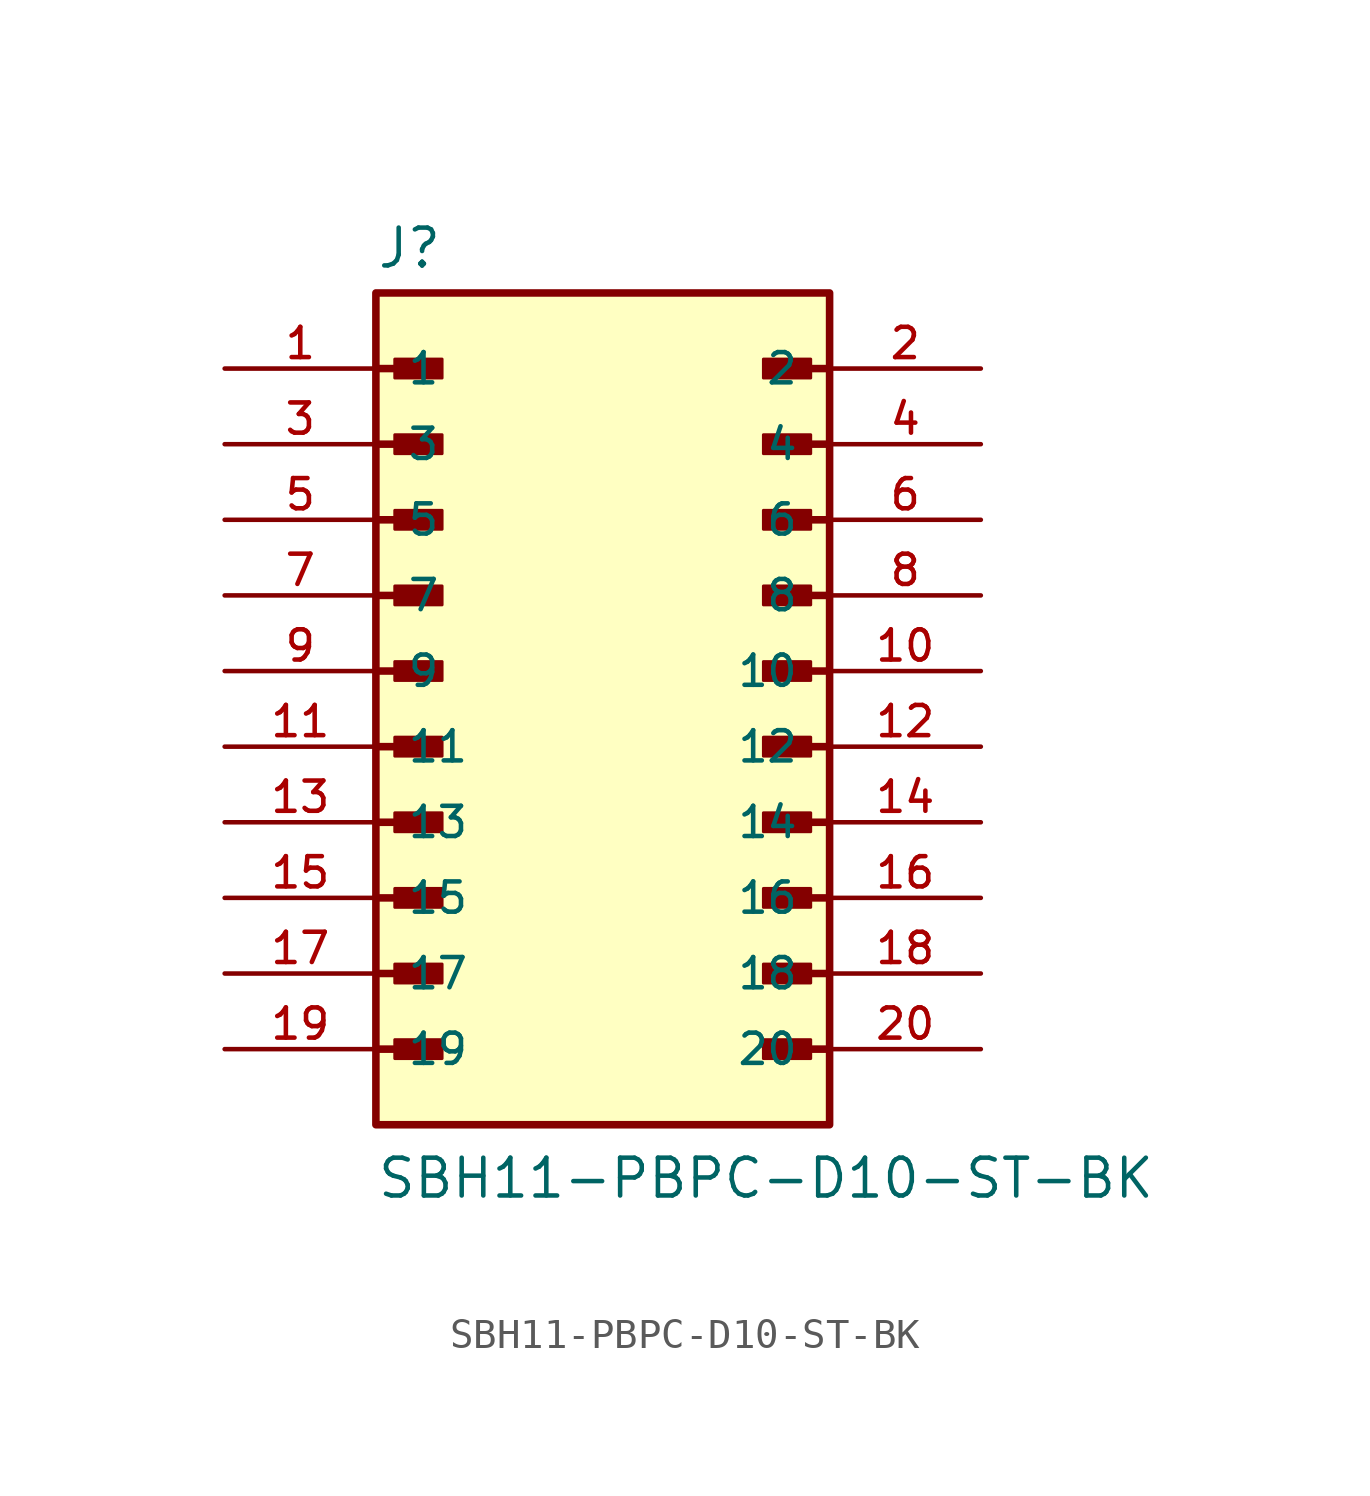
<source format=kicad_sym>
(kicad_symbol_lib
  (version 20211014)
  (generator kicad_symbol_editor)
  (symbol "SBH11-PBPC-D10-ST-BK"
    (pin_names
      (offset 1.016))
    (property "Reference" "J"
      (at -7.62 16.002 0)
      (effects (font (size 1.27 1.27)) (justify bottom left)))
    (property "Value" "SBH11-PBPC-D10-ST-BK"
      (at -7.62 -15.24 0)
      (effects (font (size 1.27 1.27)) (justify bottom left)))
    (symbol "SBH11-PBPC-D10-ST-BK_0_0"
      (polyline (pts (xy -7.62 12.7) (xy -5.715 12.7)) (stroke (width 0.254)))
      (rectangle (start -6.985 12.383) (end -5.397 13.018) (stroke (width 0.1)) (fill (type outline)))
      (polyline (pts (xy -7.62 10.16) (xy -5.715 10.16)) (stroke (width 0.254)))
      (rectangle (start -6.985 9.842) (end -5.397 10.477) (stroke (width 0.1)) (fill (type outline)))
      (polyline (pts (xy -7.62 7.62) (xy -5.715 7.62)) (stroke (width 0.254)))
      (rectangle (start -6.985 7.303) (end -5.397 7.938) (stroke (width 0.1)) (fill (type outline)))
      (polyline (pts (xy -7.62 5.08) (xy -5.715 5.08)) (stroke (width 0.254)))
      (rectangle (start -6.985 4.763) (end -5.397 5.397) (stroke (width 0.1)) (fill (type outline)))
      (polyline (pts (xy -7.62 2.54) (xy -5.715 2.54)) (stroke (width 0.254)))
      (rectangle (start -6.985 2.223) (end -5.397 2.857) (stroke (width 0.1)) (fill (type outline)))
      (polyline (pts (xy -7.62 0.0) (xy -5.715 0.0)) (stroke (width 0.254)))
      (rectangle (start -6.985 -0.318) (end -5.397 0.318) (stroke (width 0.1)) (fill (type outline)))
      (polyline (pts (xy -7.62 -2.54) (xy -5.715 -2.54)) (stroke (width 0.254)))
      (rectangle (start -6.985 -2.857) (end -5.397 -2.223) (stroke (width 0.1)) (fill (type outline)))
      (polyline (pts (xy -7.62 -5.08) (xy -5.715 -5.08)) (stroke (width 0.254)))
      (rectangle (start -6.985 -5.397) (end -5.397 -4.763) (stroke (width 0.1)) (fill (type outline)))
      (polyline (pts (xy -7.62 -7.62) (xy -5.715 -7.62)) (stroke (width 0.254)))
      (rectangle (start -6.985 -7.938) (end -5.397 -7.303) (stroke (width 0.1)) (fill (type outline)))
      (polyline (pts (xy -7.62 -10.16) (xy -5.715 -10.16)) (stroke (width 0.254)))
      (rectangle (start -6.985 -10.477) (end -5.397 -9.842) (stroke (width 0.1)) (fill (type outline)))
      (polyline (pts (xy 7.62 -10.16) (xy 5.715 -10.16)) (stroke (width 0.254)))
      (rectangle (start 5.397 -10.477) (end 6.985 -9.842) (stroke (width 0.1)) (fill (type outline)))
      (polyline (pts (xy 7.62 -7.62) (xy 5.715 -7.62)) (stroke (width 0.254)))
      (rectangle (start 5.397 -7.938) (end 6.985 -7.303) (stroke (width 0.1)) (fill (type outline)))
      (polyline (pts (xy 7.62 -5.08) (xy 5.715 -5.08)) (stroke (width 0.254)))
      (rectangle (start 5.397 -5.397) (end 6.985 -4.763) (stroke (width 0.1)) (fill (type outline)))
      (polyline (pts (xy 7.62 -2.54) (xy 5.715 -2.54)) (stroke (width 0.254)))
      (rectangle (start 5.397 -2.857) (end 6.985 -2.223) (stroke (width 0.1)) (fill (type outline)))
      (polyline (pts (xy 7.62 0.0) (xy 5.715 0.0)) (stroke (width 0.254)))
      (rectangle (start 5.397 -0.318) (end 6.985 0.318) (stroke (width 0.1)) (fill (type outline)))
      (polyline (pts (xy 7.62 2.54) (xy 5.715 2.54)) (stroke (width 0.254)))
      (rectangle (start 5.397 2.223) (end 6.985 2.857) (stroke (width 0.1)) (fill (type outline)))
      (polyline (pts (xy 7.62 5.08) (xy 5.715 5.08)) (stroke (width 0.254)))
      (rectangle (start 5.397 4.763) (end 6.985 5.397) (stroke (width 0.1)) (fill (type outline)))
      (polyline (pts (xy 7.62 7.62) (xy 5.715 7.62)) (stroke (width 0.254)))
      (rectangle (start 5.397 7.303) (end 6.985 7.938) (stroke (width 0.1)) (fill (type outline)))
      (polyline (pts (xy 7.62 10.16) (xy 5.715 10.16)) (stroke (width 0.254)))
      (rectangle (start 5.397 9.842) (end 6.985 10.477) (stroke (width 0.1)) (fill (type outline)))
      (polyline (pts (xy 7.62 12.7) (xy 5.715 12.7)) (stroke (width 0.254)))
      (rectangle (start 5.397 12.383) (end 6.985 13.018) (stroke (width 0.1)) (fill (type outline)))
      (rectangle (start -7.62 -12.7) (end 7.62 15.24) (stroke (width 0.254)) (fill (type background)))
      (pin passive line (at -12.7 12.7 0) (length 5.08) (name "1" (effects (font (size 1.016 1.016)))) (number "1" (effects (font (size 1.016 1.016)))))
      (pin passive line (at 12.7 12.7 180.0) (length 5.08) (name "2" (effects (font (size 1.016 1.016)))) (number "2" (effects (font (size 1.016 1.016)))))
      (pin passive line (at -12.7 10.16 0) (length 5.08) (name "3" (effects (font (size 1.016 1.016)))) (number "3" (effects (font (size 1.016 1.016)))))
      (pin passive line (at 12.7 10.16 180.0) (length 5.08) (name "4" (effects (font (size 1.016 1.016)))) (number "4" (effects (font (size 1.016 1.016)))))
      (pin passive line (at -12.7 7.62 0) (length 5.08) (name "5" (effects (font (size 1.016 1.016)))) (number "5" (effects (font (size 1.016 1.016)))))
      (pin passive line (at 12.7 7.62 180.0) (length 5.08) (name "6" (effects (font (size 1.016 1.016)))) (number "6" (effects (font (size 1.016 1.016)))))
      (pin passive line (at -12.7 5.08 0) (length 5.08) (name "7" (effects (font (size 1.016 1.016)))) (number "7" (effects (font (size 1.016 1.016)))))
      (pin passive line (at 12.7 5.08 180.0) (length 5.08) (name "8" (effects (font (size 1.016 1.016)))) (number "8" (effects (font (size 1.016 1.016)))))
      (pin passive line (at -12.7 2.54 0) (length 5.08) (name "9" (effects (font (size 1.016 1.016)))) (number "9" (effects (font (size 1.016 1.016)))))
      (pin passive line (at 12.7 2.54 180.0) (length 5.08) (name "10" (effects (font (size 1.016 1.016)))) (number "10" (effects (font (size 1.016 1.016)))))
      (pin passive line (at -12.7 0.0 0) (length 5.08) (name "11" (effects (font (size 1.016 1.016)))) (number "11" (effects (font (size 1.016 1.016)))))
      (pin passive line (at 12.7 0.0 180.0) (length 5.08) (name "12" (effects (font (size 1.016 1.016)))) (number "12" (effects (font (size 1.016 1.016)))))
      (pin passive line (at -12.7 -2.54 0) (length 5.08) (name "13" (effects (font (size 1.016 1.016)))) (number "13" (effects (font (size 1.016 1.016)))))
      (pin passive line (at 12.7 -2.54 180.0) (length 5.08) (name "14" (effects (font (size 1.016 1.016)))) (number "14" (effects (font (size 1.016 1.016)))))
      (pin passive line (at -12.7 -5.08 0) (length 5.08) (name "15" (effects (font (size 1.016 1.016)))) (number "15" (effects (font (size 1.016 1.016)))))
      (pin passive line (at 12.7 -5.08 180.0) (length 5.08) (name "16" (effects (font (size 1.016 1.016)))) (number "16" (effects (font (size 1.016 1.016)))))
      (pin passive line (at -12.7 -7.62 0) (length 5.08) (name "17" (effects (font (size 1.016 1.016)))) (number "17" (effects (font (size 1.016 1.016)))))
      (pin passive line (at 12.7 -7.62 180.0) (length 5.08) (name "18" (effects (font (size 1.016 1.016)))) (number "18" (effects (font (size 1.016 1.016)))))
      (pin passive line (at -12.7 -10.16 0) (length 5.08) (name "19" (effects (font (size 1.016 1.016)))) (number "19" (effects (font (size 1.016 1.016)))))
      (pin passive line (at 12.7 -10.16 180.0) (length 5.08) (name "20" (effects (font (size 1.016 1.016)))) (number "20" (effects (font (size 1.016 1.016))))))))
</source>
